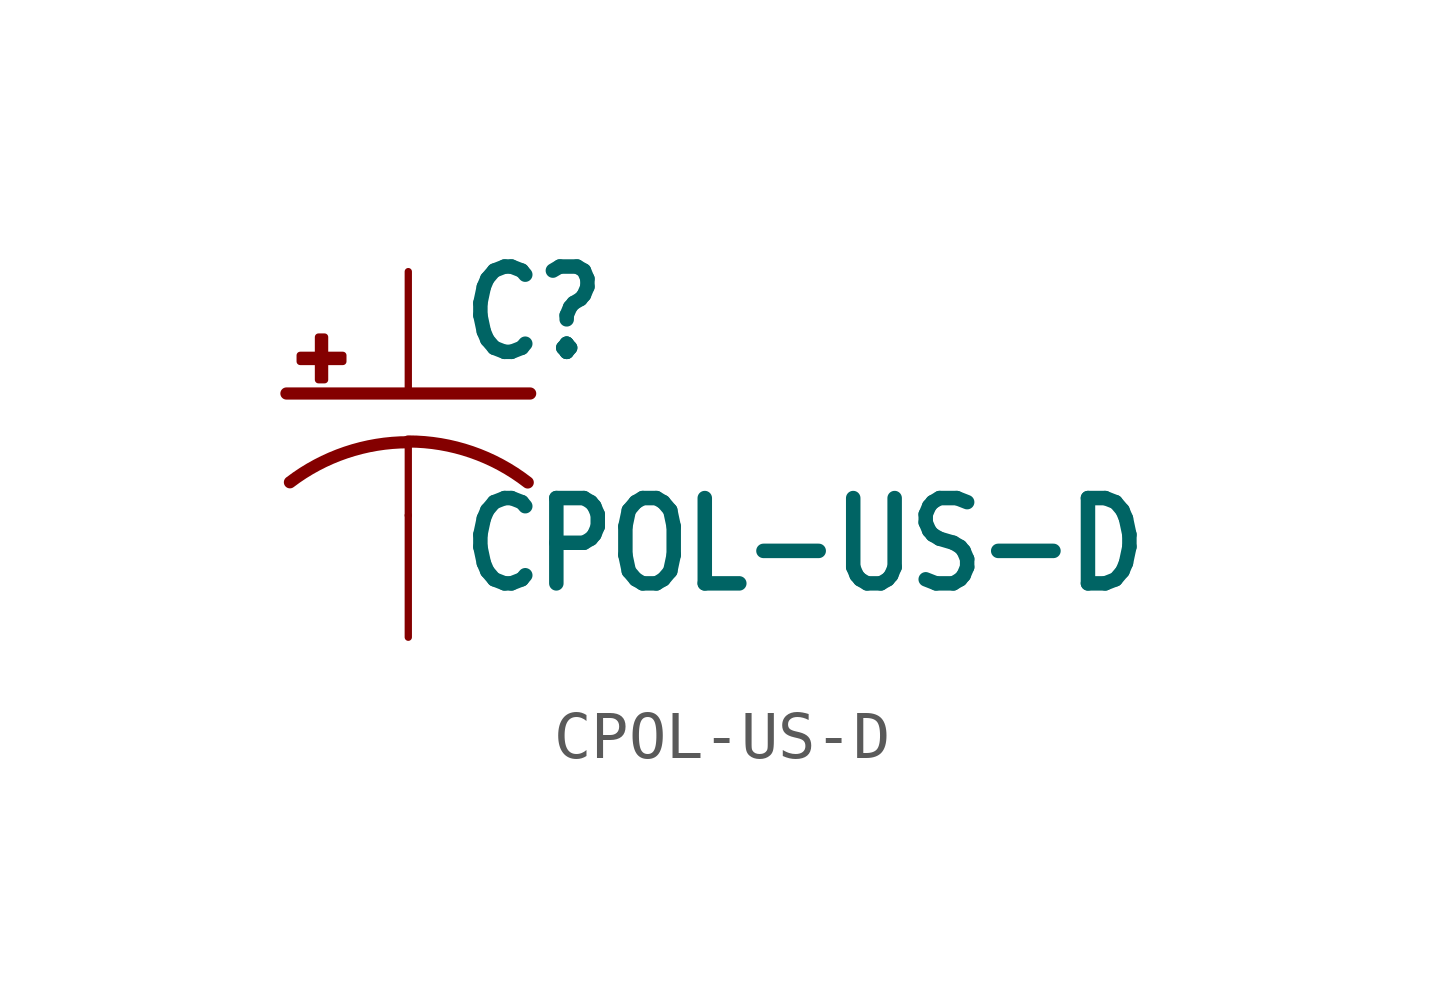
<source format=kicad_sym>
(kicad_symbol_lib
  (version 20211014)
  (generator kicad_symbol_editor)
  (symbol "CPOL-US-D"
    (property "Reference" "C"
      (at 1.016 0.635 0)
      (effects (font (size 1.778 1.511) bold) (justify left bottom)))
    (property "Value" "CPOL-US-D"
      (at 1.016 -4.191 0)
      (effects (font (size 1.778 1.511) bold) (justify left bottom)))
    (property "ki_locked" ""
      (at 0 0 0)
      (effects (font (size 1.27 1.27))))
    (symbol "CPOL-US-D_1_0"
      (rectangle (start -2.253 0.668) (end -1.364 0.795) (stroke (width 0) (type default) (color 0 0 0 0)) (fill (type outline)))
      (rectangle (start -1.872 0.287) (end -1.745 1.176) (stroke (width 0) (type default) (color 0 0 0 0)) (fill (type outline)))
      (arc (start 0 -1.0161) (mid -1.3021 -1.2302) (end -2.4669 -1.8504) (stroke (width 0.254) (type default) (color 0 0 0 0)) (fill (type none)))
      (polyline (pts (xy -2.54 0) (xy 2.54 0)) (stroke (width 0.254) (type default) (color 0 0 0 0)) (fill (type none)))
      (polyline (pts (xy 0 -1.016) (xy 0 -2.54)) (stroke (width 0.152) (type default) (color 0 0 0 0)) (fill (type none)))
      (polyline (pts (xy 0 -1.016) (xy 0 -1.016)) (stroke (width 0.152) (type default) (color 0 0 0 0)) (fill (type none)))
      (arc (start 2.4892 -1.8542) (mid 1.3158 -1.2195) (end 0 -1) (stroke (width 0.254) (type default) (color 0 0 0 0)) (fill (type none)))
      (pin passive line (at 0 2.54 270) (length 2.54) (name "+" (effects (font (size 0 0)))) (number "+" (effects (font (size 0 0)))))
      (pin passive line (at 0 -5.08 90) (length 2.54) (name "-" (effects (font (size 0 0)))) (number "-" (effects (font (size 0 0))))))))
</source>
